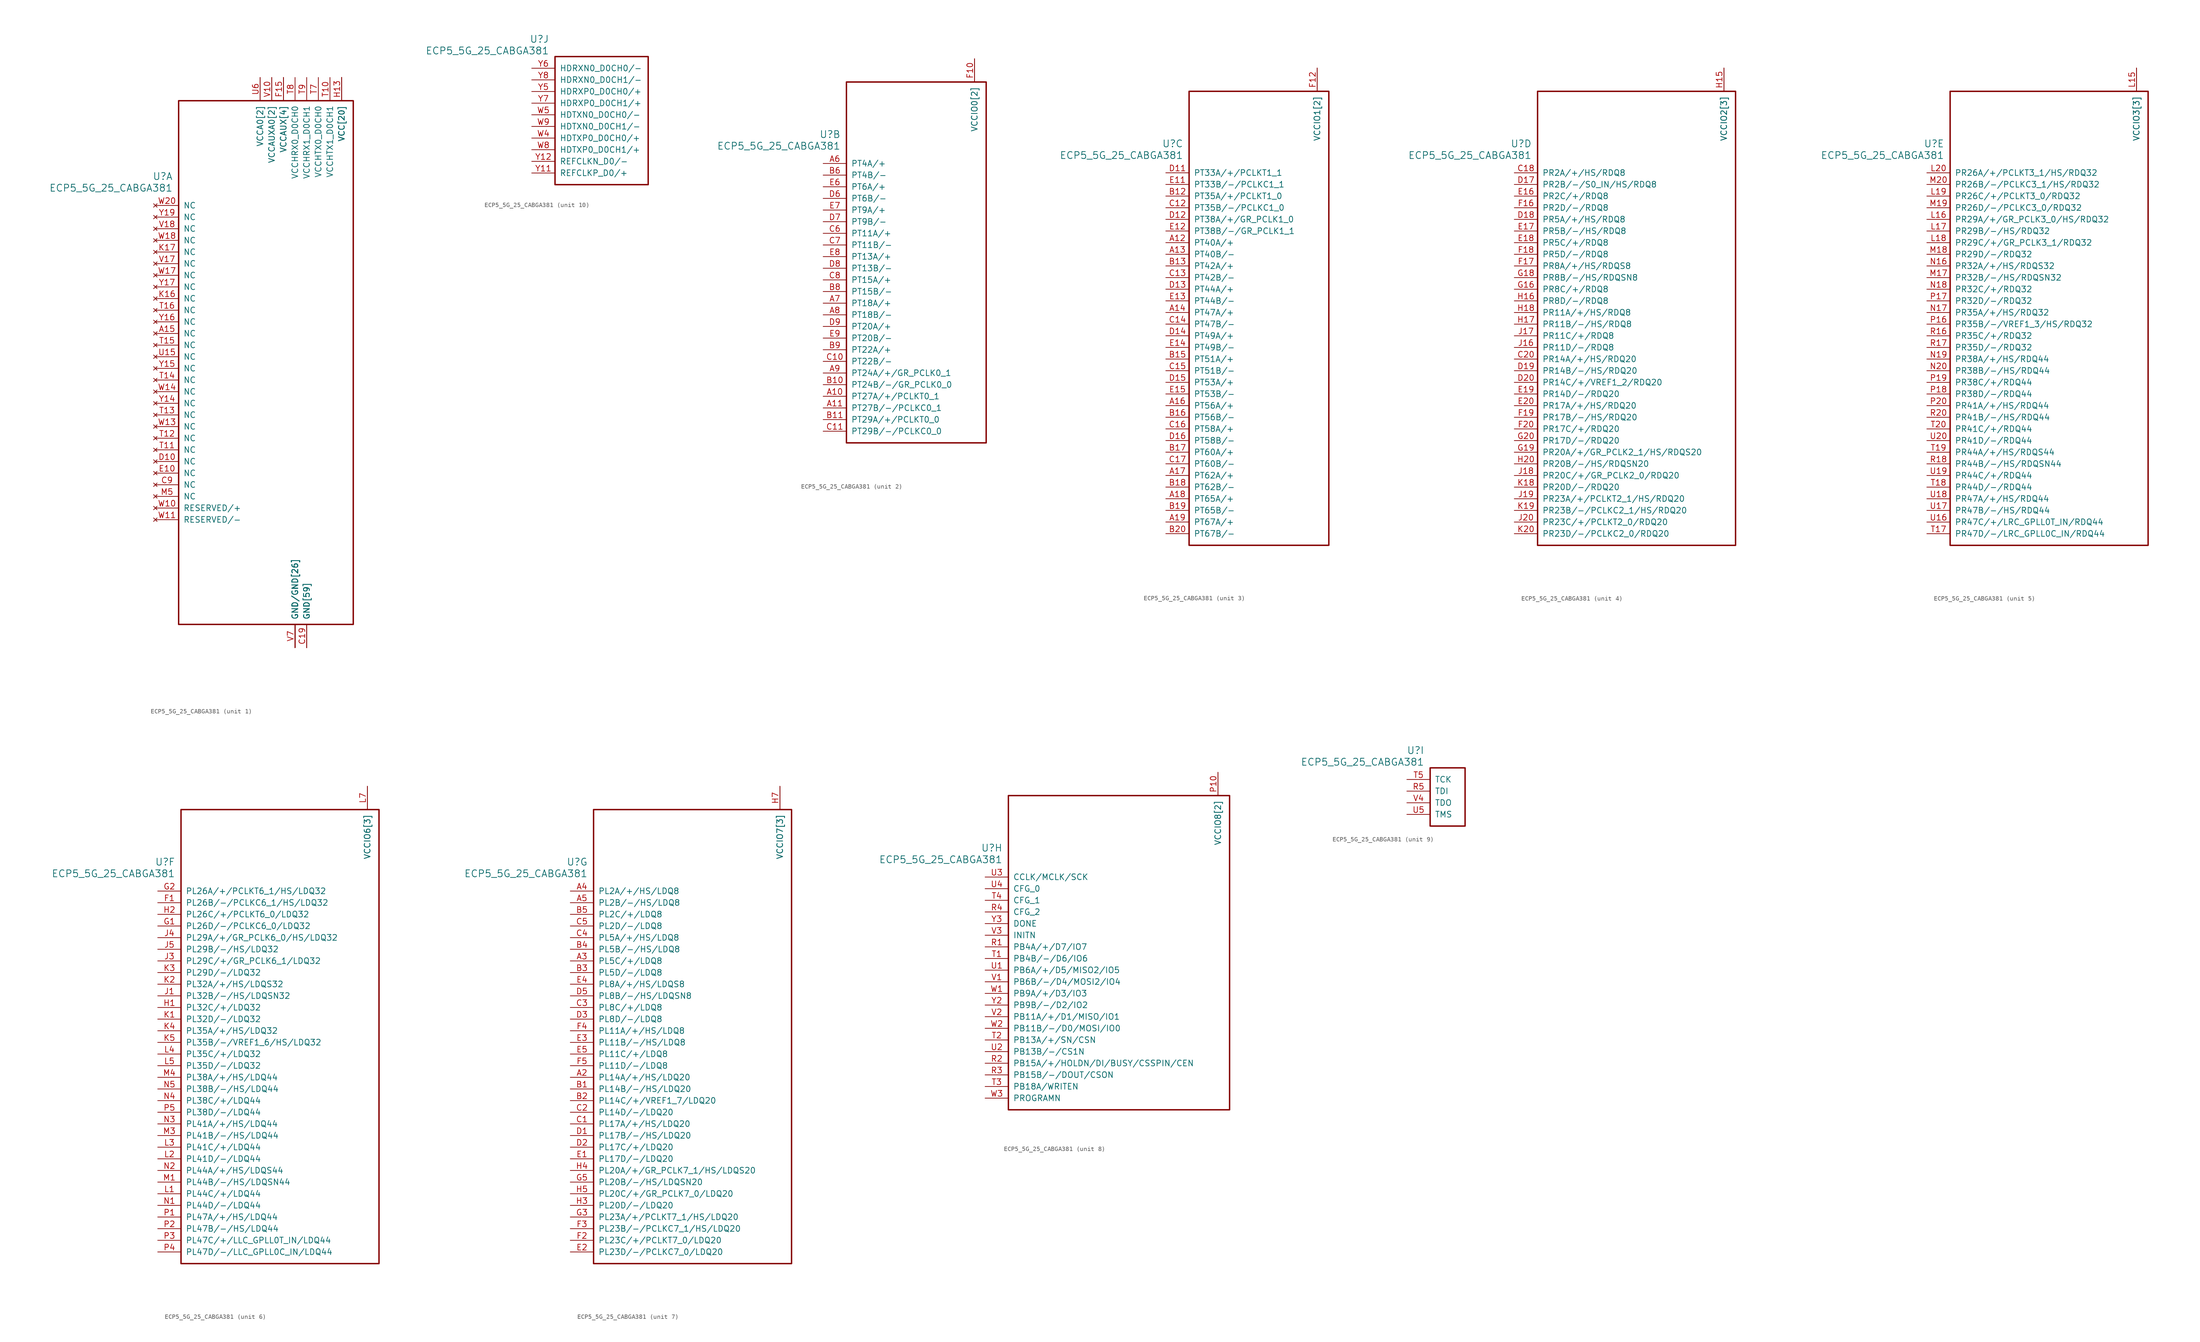
<source format=kicad_sym>
(kicad_symbol_lib
  (version 20231120)
  (generator "kicad_symbol_editor")
  (generator_version "8.0")
  (symbol "ECP5_5G_25_CABGA381"
    (pin_names
      (offset 1.016))
    (property "Reference" "U"
      (at 3.81 6.35 0)
      (effects (font (size 1.524 1.524)) (justify right)))
    (property "Value" "ECP5_5G_25_CABGA381"
      (at 3.81 3.81 0)
      (effects (font (size 1.524 1.524)) (justify right)))
    (property "ki_locked" ""
      (at 0 0 0)
      (effects (font (size 1.27 1.27))))
    (symbol "ECP5_5G_25_CABGA381_1_1"
      (rectangle (start 5.08 22.86) (end 43.18 -91.44) (stroke (width 0.305) (type default)) (fill (type none)))
      (pin no_connect line (at 0 -27.94 0) (length 5.08) (name "NC" (effects (font (size 1.27 1.27)))) (number "A15" (effects (font (size 1.27 1.27)))))
      (pin power_in line (at 33.02 -96.52 90) (length 5.08) (name "GND[59]" (effects (font (size 1.27 1.27)))) (number "B14" (effects (font (size 0 0)))))
      (pin power_in line (at 33.02 -96.52 90) (length 5.08) (name "GND[59]" (effects (font (size 1.27 1.27)))) (number "B7" (effects (font (size 0 0)))))
      (pin power_in line (at 33.02 -96.52 90) (length 5.08) (name "GND[59]" (effects (font (size 1.27 1.27)))) (number "C19" (effects (font (size 1.27 1.27)))))
      (pin no_connect line (at 0 -60.96 0) (length 5.08) (name "NC" (effects (font (size 1.27 1.27)))) (number "C9" (effects (font (size 1.27 1.27)))))
      (pin no_connect line (at 0 -55.88 0) (length 5.08) (name "NC" (effects (font (size 1.27 1.27)))) (number "D10" (effects (font (size 1.27 1.27)))))
      (pin power_in line (at 33.02 -96.52 90) (length 5.08) (name "GND[59]" (effects (font (size 1.27 1.27)))) (number "D4" (effects (font (size 0 0)))))
      (pin no_connect line (at 0 -58.42 0) (length 5.08) (name "NC" (effects (font (size 1.27 1.27)))) (number "E10" (effects (font (size 1.27 1.27)))))
      (pin power_in line (at 33.02 -96.52 90) (length 5.08) (name "GND[59]" (effects (font (size 1.27 1.27)))) (number "F13" (effects (font (size 0 0)))))
      (pin power_in line (at 33.02 -96.52 90) (length 5.08) (name "GND[59]" (effects (font (size 1.27 1.27)))) (number "F14" (effects (font (size 0 0)))))
      (pin power_in line (at 27.94 27.94 270) (length 5.08) (name "VCCAUX[4]" (effects (font (size 1.27 1.27)))) (number "F15" (effects (font (size 1.27 1.27)))))
      (pin power_in line (at 27.94 27.94 270) (length 5.08) (name "VCCAUX[4]" (effects (font (size 1.27 1.27)))) (number "F6" (effects (font (size 0 0)))))
      (pin power_in line (at 33.02 -96.52 90) (length 5.08) (name "GND[59]" (effects (font (size 1.27 1.27)))) (number "F7" (effects (font (size 0 0)))))
      (pin power_in line (at 33.02 -96.52 90) (length 5.08) (name "GND[59]" (effects (font (size 1.27 1.27)))) (number "F8" (effects (font (size 0 0)))))
      (pin power_in line (at 33.02 -96.52 90) (length 5.08) (name "GND[59]" (effects (font (size 1.27 1.27)))) (number "G10" (effects (font (size 0 0)))))
      (pin power_in line (at 33.02 -96.52 90) (length 5.08) (name "GND[59]" (effects (font (size 1.27 1.27)))) (number "G11" (effects (font (size 0 0)))))
      (pin power_in line (at 33.02 -96.52 90) (length 5.08) (name "GND[59]" (effects (font (size 1.27 1.27)))) (number "G12" (effects (font (size 0 0)))))
      (pin power_in line (at 33.02 -96.52 90) (length 5.08) (name "GND[59]" (effects (font (size 1.27 1.27)))) (number "G13" (effects (font (size 0 0)))))
      (pin power_in line (at 33.02 -96.52 90) (length 5.08) (name "GND[59]" (effects (font (size 1.27 1.27)))) (number "G14" (effects (font (size 0 0)))))
      (pin power_in line (at 33.02 -96.52 90) (length 5.08) (name "GND[59]" (effects (font (size 1.27 1.27)))) (number "G15" (effects (font (size 0 0)))))
      (pin power_in line (at 33.02 -96.52 90) (length 5.08) (name "GND[59]" (effects (font (size 1.27 1.27)))) (number "G17" (effects (font (size 0 0)))))
      (pin power_in line (at 33.02 -96.52 90) (length 5.08) (name "GND[59]" (effects (font (size 1.27 1.27)))) (number "G4" (effects (font (size 0 0)))))
      (pin power_in line (at 33.02 -96.52 90) (length 5.08) (name "GND[59]" (effects (font (size 1.27 1.27)))) (number "G6" (effects (font (size 0 0)))))
      (pin power_in line (at 33.02 -96.52 90) (length 5.08) (name "GND[59]" (effects (font (size 1.27 1.27)))) (number "G7" (effects (font (size 0 0)))))
      (pin power_in line (at 33.02 -96.52 90) (length 5.08) (name "GND[59]" (effects (font (size 1.27 1.27)))) (number "G8" (effects (font (size 0 0)))))
      (pin power_in line (at 33.02 -96.52 90) (length 5.08) (name "GND[59]" (effects (font (size 1.27 1.27)))) (number "G9" (effects (font (size 0 0)))))
      (pin power_in line (at 40.64 27.94 270) (length 5.08) (name "VCC[20]" (effects (font (size 1.27 1.27)))) (number "H10" (effects (font (size 0 0)))))
      (pin power_in line (at 40.64 27.94 270) (length 5.08) (name "VCC[20]" (effects (font (size 1.27 1.27)))) (number "H11" (effects (font (size 0 0)))))
      (pin power_in line (at 40.64 27.94 270) (length 5.08) (name "VCC[20]" (effects (font (size 1.27 1.27)))) (number "H12" (effects (font (size 0 0)))))
      (pin power_in line (at 40.64 27.94 270) (length 5.08) (name "VCC[20]" (effects (font (size 1.27 1.27)))) (number "H13" (effects (font (size 1.27 1.27)))))
      (pin power_in line (at 33.02 -96.52 90) (length 5.08) (name "GND[59]" (effects (font (size 1.27 1.27)))) (number "H19" (effects (font (size 0 0)))))
      (pin power_in line (at 40.64 27.94 270) (length 5.08) (name "VCC[20]" (effects (font (size 1.27 1.27)))) (number "H8" (effects (font (size 0 0)))))
      (pin power_in line (at 40.64 27.94 270) (length 5.08) (name "VCC[20]" (effects (font (size 1.27 1.27)))) (number "H9" (effects (font (size 0 0)))))
      (pin power_in line (at 33.02 -96.52 90) (length 5.08) (name "GND[59]" (effects (font (size 1.27 1.27)))) (number "J10" (effects (font (size 0 0)))))
      (pin power_in line (at 33.02 -96.52 90) (length 5.08) (name "GND[59]" (effects (font (size 1.27 1.27)))) (number "J11" (effects (font (size 0 0)))))
      (pin power_in line (at 33.02 -96.52 90) (length 5.08) (name "GND[59]" (effects (font (size 1.27 1.27)))) (number "J12" (effects (font (size 0 0)))))
      (pin power_in line (at 40.64 27.94 270) (length 5.08) (name "VCC[20]" (effects (font (size 1.27 1.27)))) (number "J13" (effects (font (size 0 0)))))
      (pin power_in line (at 33.02 -96.52 90) (length 5.08) (name "GND[59]" (effects (font (size 1.27 1.27)))) (number "J14" (effects (font (size 0 0)))))
      (pin power_in line (at 33.02 -96.52 90) (length 5.08) (name "GND[59]" (effects (font (size 1.27 1.27)))) (number "J2" (effects (font (size 0 0)))))
      (pin power_in line (at 33.02 -96.52 90) (length 5.08) (name "GND[59]" (effects (font (size 1.27 1.27)))) (number "J7" (effects (font (size 0 0)))))
      (pin power_in line (at 40.64 27.94 270) (length 5.08) (name "VCC[20]" (effects (font (size 1.27 1.27)))) (number "J8" (effects (font (size 0 0)))))
      (pin power_in line (at 33.02 -96.52 90) (length 5.08) (name "GND[59]" (effects (font (size 1.27 1.27)))) (number "J9" (effects (font (size 0 0)))))
      (pin power_in line (at 33.02 -96.52 90) (length 5.08) (name "GND[59]" (effects (font (size 1.27 1.27)))) (number "K10" (effects (font (size 0 0)))))
      (pin power_in line (at 33.02 -96.52 90) (length 5.08) (name "GND[59]" (effects (font (size 1.27 1.27)))) (number "K11" (effects (font (size 0 0)))))
      (pin power_in line (at 33.02 -96.52 90) (length 5.08) (name "GND[59]" (effects (font (size 1.27 1.27)))) (number "K12" (effects (font (size 0 0)))))
      (pin power_in line (at 40.64 27.94 270) (length 5.08) (name "VCC[20]" (effects (font (size 1.27 1.27)))) (number "K13" (effects (font (size 0 0)))))
      (pin power_in line (at 33.02 -96.52 90) (length 5.08) (name "GND[59]" (effects (font (size 1.27 1.27)))) (number "K14" (effects (font (size 0 0)))))
      (pin power_in line (at 33.02 -96.52 90) (length 5.08) (name "GND[59]" (effects (font (size 1.27 1.27)))) (number "K15" (effects (font (size 0 0)))))
      (pin no_connect line (at 0 -20.32 0) (length 5.08) (name "NC" (effects (font (size 1.27 1.27)))) (number "K16" (effects (font (size 1.27 1.27)))))
      (pin no_connect line (at 0 -10.16 0) (length 5.08) (name "NC" (effects (font (size 1.27 1.27)))) (number "K17" (effects (font (size 1.27 1.27)))))
      (pin power_in line (at 33.02 -96.52 90) (length 5.08) (name "GND[59]" (effects (font (size 1.27 1.27)))) (number "K6" (effects (font (size 0 0)))))
      (pin power_in line (at 33.02 -96.52 90) (length 5.08) (name "GND[59]" (effects (font (size 1.27 1.27)))) (number "K7" (effects (font (size 0 0)))))
      (pin power_in line (at 40.64 27.94 270) (length 5.08) (name "VCC[20]" (effects (font (size 1.27 1.27)))) (number "K8" (effects (font (size 0 0)))))
      (pin power_in line (at 33.02 -96.52 90) (length 5.08) (name "GND[59]" (effects (font (size 1.27 1.27)))) (number "K9" (effects (font (size 0 0)))))
      (pin power_in line (at 33.02 -96.52 90) (length 5.08) (name "GND[59]" (effects (font (size 1.27 1.27)))) (number "L10" (effects (font (size 0 0)))))
      (pin power_in line (at 33.02 -96.52 90) (length 5.08) (name "GND[59]" (effects (font (size 1.27 1.27)))) (number "L11" (effects (font (size 0 0)))))
      (pin power_in line (at 33.02 -96.52 90) (length 5.08) (name "GND[59]" (effects (font (size 1.27 1.27)))) (number "L12" (effects (font (size 0 0)))))
      (pin power_in line (at 40.64 27.94 270) (length 5.08) (name "VCC[20]" (effects (font (size 1.27 1.27)))) (number "L13" (effects (font (size 0 0)))))
      (pin power_in line (at 40.64 27.94 270) (length 5.08) (name "VCC[20]" (effects (font (size 1.27 1.27)))) (number "L8" (effects (font (size 0 0)))))
      (pin power_in line (at 33.02 -96.52 90) (length 5.08) (name "GND[59]" (effects (font (size 1.27 1.27)))) (number "L9" (effects (font (size 0 0)))))
      (pin power_in line (at 33.02 -96.52 90) (length 5.08) (name "GND[59]" (effects (font (size 1.27 1.27)))) (number "M10" (effects (font (size 0 0)))))
      (pin power_in line (at 33.02 -96.52 90) (length 5.08) (name "GND[59]" (effects (font (size 1.27 1.27)))) (number "M11" (effects (font (size 0 0)))))
      (pin power_in line (at 33.02 -96.52 90) (length 5.08) (name "GND[59]" (effects (font (size 1.27 1.27)))) (number "M12" (effects (font (size 0 0)))))
      (pin power_in line (at 40.64 27.94 270) (length 5.08) (name "VCC[20]" (effects (font (size 1.27 1.27)))) (number "M13" (effects (font (size 0 0)))))
      (pin power_in line (at 33.02 -96.52 90) (length 5.08) (name "GND[59]" (effects (font (size 1.27 1.27)))) (number "M14" (effects (font (size 0 0)))))
      (pin power_in line (at 33.02 -96.52 90) (length 5.08) (name "GND[59]" (effects (font (size 1.27 1.27)))) (number "M16" (effects (font (size 0 0)))))
      (pin power_in line (at 33.02 -96.52 90) (length 5.08) (name "GND[59]" (effects (font (size 1.27 1.27)))) (number "M2" (effects (font (size 0 0)))))
      (pin no_connect line (at 0 -63.5 0) (length 5.08) (name "NC" (effects (font (size 1.27 1.27)))) (number "M5" (effects (font (size 1.27 1.27)))))
      (pin power_in line (at 33.02 -96.52 90) (length 5.08) (name "GND[59]" (effects (font (size 1.27 1.27)))) (number "M7" (effects (font (size 0 0)))))
      (pin power_in line (at 40.64 27.94 270) (length 5.08) (name "VCC[20]" (effects (font (size 1.27 1.27)))) (number "M8" (effects (font (size 0 0)))))
      (pin power_in line (at 33.02 -96.52 90) (length 5.08) (name "GND[59]" (effects (font (size 1.27 1.27)))) (number "M9" (effects (font (size 0 0)))))
      (pin power_in line (at 40.64 27.94 270) (length 5.08) (name "VCC[20]" (effects (font (size 1.27 1.27)))) (number "N10" (effects (font (size 0 0)))))
      (pin power_in line (at 40.64 27.94 270) (length 5.08) (name "VCC[20]" (effects (font (size 1.27 1.27)))) (number "N11" (effects (font (size 0 0)))))
      (pin power_in line (at 40.64 27.94 270) (length 5.08) (name "VCC[20]" (effects (font (size 1.27 1.27)))) (number "N12" (effects (font (size 0 0)))))
      (pin power_in line (at 40.64 27.94 270) (length 5.08) (name "VCC[20]" (effects (font (size 1.27 1.27)))) (number "N13" (effects (font (size 0 0)))))
      (pin power_in line (at 33.02 -96.52 90) (length 5.08) (name "GND[59]" (effects (font (size 1.27 1.27)))) (number "N14" (effects (font (size 0 0)))))
      (pin power_in line (at 33.02 -96.52 90) (length 5.08) (name "GND[59]" (effects (font (size 1.27 1.27)))) (number "N15" (effects (font (size 0 0)))))
      (pin power_in line (at 33.02 -96.52 90) (length 5.08) (name "GND[59]" (effects (font (size 1.27 1.27)))) (number "N6" (effects (font (size 0 0)))))
      (pin power_in line (at 33.02 -96.52 90) (length 5.08) (name "GND[59]" (effects (font (size 1.27 1.27)))) (number "N7" (effects (font (size 0 0)))))
      (pin power_in line (at 40.64 27.94 270) (length 5.08) (name "VCC[20]" (effects (font (size 1.27 1.27)))) (number "N8" (effects (font (size 0 0)))))
      (pin power_in line (at 40.64 27.94 270) (length 5.08) (name "VCC[20]" (effects (font (size 1.27 1.27)))) (number "N9" (effects (font (size 0 0)))))
      (pin power_in line (at 33.02 -96.52 90) (length 5.08) (name "GND[59]" (effects (font (size 1.27 1.27)))) (number "P11" (effects (font (size 0 0)))))
      (pin power_in line (at 33.02 -96.52 90) (length 5.08) (name "GND[59]" (effects (font (size 1.27 1.27)))) (number "P12" (effects (font (size 0 0)))))
      (pin power_in line (at 33.02 -96.52 90) (length 5.08) (name "GND[59]" (effects (font (size 1.27 1.27)))) (number "P13" (effects (font (size 0 0)))))
      (pin power_in line (at 33.02 -96.52 90) (length 5.08) (name "GND[59]" (effects (font (size 1.27 1.27)))) (number "P14" (effects (font (size 0 0)))))
      (pin power_in line (at 27.94 27.94 270) (length 5.08) (name "VCCAUX[4]" (effects (font (size 1.27 1.27)))) (number "P15" (effects (font (size 0 0)))))
      (pin power_in line (at 27.94 27.94 270) (length 5.08) (name "VCCAUX[4]" (effects (font (size 1.27 1.27)))) (number "P6" (effects (font (size 0 0)))))
      (pin power_in line (at 33.02 -96.52 90) (length 5.08) (name "GND[59]" (effects (font (size 1.27 1.27)))) (number "P7" (effects (font (size 0 0)))))
      (pin power_in line (at 33.02 -96.52 90) (length 5.08) (name "GND[59]" (effects (font (size 1.27 1.27)))) (number "P8" (effects (font (size 0 0)))))
      (pin power_in line (at 33.02 -96.52 90) (length 5.08) (name "GND[59]" (effects (font (size 1.27 1.27)))) (number "R19" (effects (font (size 0 0)))))
      (pin power_in line (at 38.1 27.94 270) (length 5.08) (name "VCCHTX1_D0CH1" (effects (font (size 1.27 1.27)))) (number "T10" (effects (font (size 1.27 1.27)))))
      (pin no_connect line (at 0 -53.34 0) (length 5.08) (name "NC" (effects (font (size 1.27 1.27)))) (number "T11" (effects (font (size 1.27 1.27)))))
      (pin no_connect line (at 0 -50.8 0) (length 5.08) (name "NC" (effects (font (size 1.27 1.27)))) (number "T12" (effects (font (size 1.27 1.27)))))
      (pin no_connect line (at 0 -45.72 0) (length 5.08) (name "NC" (effects (font (size 1.27 1.27)))) (number "T13" (effects (font (size 1.27 1.27)))))
      (pin no_connect line (at 0 -38.1 0) (length 5.08) (name "NC" (effects (font (size 1.27 1.27)))) (number "T14" (effects (font (size 1.27 1.27)))))
      (pin no_connect line (at 0 -30.48 0) (length 5.08) (name "NC" (effects (font (size 1.27 1.27)))) (number "T15" (effects (font (size 1.27 1.27)))))
      (pin no_connect line (at 0 -22.86 0) (length 5.08) (name "NC" (effects (font (size 1.27 1.27)))) (number "T16" (effects (font (size 1.27 1.27)))))
      (pin power_in line (at 22.86 27.94 270) (length 5.08) (name "VCCA0[2]" (effects (font (size 1.27 1.27)))) (number "T6" (effects (font (size 0 0)))))
      (pin power_in line (at 35.56 27.94 270) (length 5.08) (name "VCCHTX0_D0CH0" (effects (font (size 1.27 1.27)))) (number "T7" (effects (font (size 1.27 1.27)))))
      (pin power_in line (at 30.48 27.94 270) (length 5.08) (name "VCCHRX0_D0CH0" (effects (font (size 1.27 1.27)))) (number "T8" (effects (font (size 1.27 1.27)))))
      (pin power_in line (at 33.02 27.94 270) (length 5.08) (name "VCCHRX1_D0CH1" (effects (font (size 1.27 1.27)))) (number "T9" (effects (font (size 1.27 1.27)))))
      (pin power_in line (at 30.48 -96.52 90) (length 5.08) (name "GND/GND[26]" (effects (font (size 1.27 1.27)))) (number "U10" (effects (font (size 0 0)))))
      (pin power_in line (at 30.48 -96.52 90) (length 5.08) (name "GND/GND[26]" (effects (font (size 1.27 1.27)))) (number "U11" (effects (font (size 0 0)))))
      (pin power_in line (at 30.48 -96.52 90) (length 5.08) (name "GND/GND[26]" (effects (font (size 1.27 1.27)))) (number "U12" (effects (font (size 0 0)))))
      (pin power_in line (at 30.48 -96.52 90) (length 5.08) (name "GND/GND[26]" (effects (font (size 1.27 1.27)))) (number "U13" (effects (font (size 0 0)))))
      (pin power_in line (at 30.48 -96.52 90) (length 5.08) (name "GND/GND[26]" (effects (font (size 1.27 1.27)))) (number "U14" (effects (font (size 0 0)))))
      (pin no_connect line (at 0 -33.02 0) (length 5.08) (name "NC" (effects (font (size 1.27 1.27)))) (number "U15" (effects (font (size 1.27 1.27)))))
      (pin power_in line (at 22.86 27.94 270) (length 5.08) (name "VCCA0[2]" (effects (font (size 1.27 1.27)))) (number "U6" (effects (font (size 1.27 1.27)))))
      (pin power_in line (at 30.48 -96.52 90) (length 5.08) (name "GND/GND[26]" (effects (font (size 1.27 1.27)))) (number "U7" (effects (font (size 0 0)))))
      (pin power_in line (at 30.48 -96.52 90) (length 5.08) (name "GND/GND[26]" (effects (font (size 1.27 1.27)))) (number "U8" (effects (font (size 0 0)))))
      (pin power_in line (at 30.48 -96.52 90) (length 5.08) (name "GND/GND[26]" (effects (font (size 1.27 1.27)))) (number "U9" (effects (font (size 0 0)))))
      (pin power_in line (at 25.4 27.94 270) (length 5.08) (name "VCCAUXA0[2]" (effects (font (size 1.27 1.27)))) (number "V10" (effects (font (size 1.27 1.27)))))
      (pin power_in line (at 25.4 27.94 270) (length 5.08) (name "VCCAUXA0[2]" (effects (font (size 1.27 1.27)))) (number "V11" (effects (font (size 0 0)))))
      (pin power_in line (at 30.48 -96.52 90) (length 5.08) (name "GND/GND[26]" (effects (font (size 1.27 1.27)))) (number "V12" (effects (font (size 0 0)))))
      (pin power_in line (at 30.48 -96.52 90) (length 5.08) (name "GND/GND[26]" (effects (font (size 1.27 1.27)))) (number "V13" (effects (font (size 0 0)))))
      (pin power_in line (at 30.48 -96.52 90) (length 5.08) (name "GND/GND[26]" (effects (font (size 1.27 1.27)))) (number "V14" (effects (font (size 0 0)))))
      (pin power_in line (at 30.48 -96.52 90) (length 5.08) (name "GND/GND[26]" (effects (font (size 1.27 1.27)))) (number "V15" (effects (font (size 0 0)))))
      (pin power_in line (at 30.48 -96.52 90) (length 5.08) (name "GND/GND[26]" (effects (font (size 1.27 1.27)))) (number "V16" (effects (font (size 0 0)))))
      (pin no_connect line (at 0 -12.7 0) (length 5.08) (name "NC" (effects (font (size 1.27 1.27)))) (number "V17" (effects (font (size 1.27 1.27)))))
      (pin no_connect line (at 0 -5.08 0) (length 5.08) (name "NC" (effects (font (size 1.27 1.27)))) (number "V18" (effects (font (size 1.27 1.27)))))
      (pin power_in line (at 30.48 -96.52 90) (length 5.08) (name "GND/GND[26]" (effects (font (size 1.27 1.27)))) (number "V19" (effects (font (size 0 0)))))
      (pin power_in line (at 30.48 -96.52 90) (length 5.08) (name "GND/GND[26]" (effects (font (size 1.27 1.27)))) (number "V20" (effects (font (size 0 0)))))
      (pin power_in line (at 30.48 -96.52 90) (length 5.08) (name "GND/GND[26]" (effects (font (size 1.27 1.27)))) (number "V5" (effects (font (size 0 0)))))
      (pin power_in line (at 30.48 -96.52 90) (length 5.08) (name "GND/GND[26]" (effects (font (size 1.27 1.27)))) (number "V6" (effects (font (size 0 0)))))
      (pin power_in line (at 30.48 -96.52 90) (length 5.08) (name "GND/GND[26]" (effects (font (size 1.27 1.27)))) (number "V7" (effects (font (size 1.27 1.27)))))
      (pin power_in line (at 30.48 -96.52 90) (length 5.08) (name "GND/GND[26]" (effects (font (size 1.27 1.27)))) (number "V8" (effects (font (size 0 0)))))
      (pin power_in line (at 30.48 -96.52 90) (length 5.08) (name "GND/GND[26]" (effects (font (size 1.27 1.27)))) (number "V9" (effects (font (size 0 0)))))
      (pin no_connect line (at 0 -66.04 0) (length 5.08) (name "RESERVED/+" (effects (font (size 1.27 1.27)))) (number "W10" (effects (font (size 1.27 1.27)))))
      (pin no_connect line (at 0 -68.58 0) (length 5.08) (name "RESERVED/-" (effects (font (size 1.27 1.27)))) (number "W11" (effects (font (size 1.27 1.27)))))
      (pin power_in line (at 30.48 -96.52 90) (length 5.08) (name "GND/GND[26]" (effects (font (size 1.27 1.27)))) (number "W12" (effects (font (size 0 0)))))
      (pin no_connect line (at 0 -48.26 0) (length 5.08) (name "NC" (effects (font (size 1.27 1.27)))) (number "W13" (effects (font (size 1.27 1.27)))))
      (pin no_connect line (at 0 -40.64 0) (length 5.08) (name "NC" (effects (font (size 1.27 1.27)))) (number "W14" (effects (font (size 1.27 1.27)))))
      (pin power_in line (at 30.48 -96.52 90) (length 5.08) (name "GND/GND[26]" (effects (font (size 1.27 1.27)))) (number "W15" (effects (font (size 0 0)))))
      (pin power_in line (at 30.48 -96.52 90) (length 5.08) (name "GND/GND[26]" (effects (font (size 1.27 1.27)))) (number "W16" (effects (font (size 0 0)))))
      (pin no_connect line (at 0 -15.24 0) (length 5.08) (name "NC" (effects (font (size 1.27 1.27)))) (number "W17" (effects (font (size 1.27 1.27)))))
      (pin no_connect line (at 0 -7.62 0) (length 5.08) (name "NC" (effects (font (size 1.27 1.27)))) (number "W18" (effects (font (size 1.27 1.27)))))
      (pin power_in line (at 30.48 -96.52 90) (length 5.08) (name "GND/GND[26]" (effects (font (size 1.27 1.27)))) (number "W19" (effects (font (size 0 0)))))
      (pin no_connect line (at 0 0 0) (length 5.08) (name "NC" (effects (font (size 1.27 1.27)))) (number "W20" (effects (font (size 1.27 1.27)))))
      (pin power_in line (at 30.48 -96.52 90) (length 5.08) (name "GND/GND[26]" (effects (font (size 1.27 1.27)))) (number "W6" (effects (font (size 0 0)))))
      (pin power_in line (at 30.48 -96.52 90) (length 5.08) (name "GND/GND[26]" (effects (font (size 1.27 1.27)))) (number "W7" (effects (font (size 0 0)))))
      (pin no_connect line (at 0 -43.18 0) (length 5.08) (name "NC" (effects (font (size 1.27 1.27)))) (number "Y14" (effects (font (size 1.27 1.27)))))
      (pin no_connect line (at 0 -35.56 0) (length 5.08) (name "NC" (effects (font (size 1.27 1.27)))) (number "Y15" (effects (font (size 1.27 1.27)))))
      (pin no_connect line (at 0 -25.4 0) (length 5.08) (name "NC" (effects (font (size 1.27 1.27)))) (number "Y16" (effects (font (size 1.27 1.27)))))
      (pin no_connect line (at 0 -17.78 0) (length 5.08) (name "NC" (effects (font (size 1.27 1.27)))) (number "Y17" (effects (font (size 1.27 1.27)))))
      (pin no_connect line (at 0 -2.54 0) (length 5.08) (name "NC" (effects (font (size 1.27 1.27)))) (number "Y19" (effects (font (size 1.27 1.27))))))
    (symbol "ECP5_5G_25_CABGA381_2_1"
      (rectangle (start 5.08 17.78) (end 35.56 -60.96) (stroke (width 0.305) (type default)) (fill (type none)))
      (pin bidirectional line (at 0 -50.8 0) (length 5.08) (name "PT27A/+/PCLKT0_1" (effects (font (size 1.27 1.27)))) (number "A10" (effects (font (size 1.27 1.27)))))
      (pin bidirectional line (at 0 -53.34 0) (length 5.08) (name "PT27B/-/PCLKC0_1" (effects (font (size 1.27 1.27)))) (number "A11" (effects (font (size 1.27 1.27)))))
      (pin bidirectional line (at 0 0 0) (length 5.08) (name "PT4A/+" (effects (font (size 1.27 1.27)))) (number "A6" (effects (font (size 1.27 1.27)))))
      (pin bidirectional line (at 0 -30.48 0) (length 5.08) (name "PT18A/+" (effects (font (size 1.27 1.27)))) (number "A7" (effects (font (size 1.27 1.27)))))
      (pin bidirectional line (at 0 -33.02 0) (length 5.08) (name "PT18B/-" (effects (font (size 1.27 1.27)))) (number "A8" (effects (font (size 1.27 1.27)))))
      (pin bidirectional line (at 0 -45.72 0) (length 5.08) (name "PT24A/+/GR_PCLK0_1" (effects (font (size 1.27 1.27)))) (number "A9" (effects (font (size 1.27 1.27)))))
      (pin bidirectional line (at 0 -48.26 0) (length 5.08) (name "PT24B/-/GR_PCLK0_0" (effects (font (size 1.27 1.27)))) (number "B10" (effects (font (size 1.27 1.27)))))
      (pin bidirectional line (at 0 -55.88 0) (length 5.08) (name "PT29A/+/PCLKT0_0" (effects (font (size 1.27 1.27)))) (number "B11" (effects (font (size 1.27 1.27)))))
      (pin bidirectional line (at 0 -2.54 0) (length 5.08) (name "PT4B/-" (effects (font (size 1.27 1.27)))) (number "B6" (effects (font (size 1.27 1.27)))))
      (pin bidirectional line (at 0 -27.94 0) (length 5.08) (name "PT15B/-" (effects (font (size 1.27 1.27)))) (number "B8" (effects (font (size 1.27 1.27)))))
      (pin bidirectional line (at 0 -40.64 0) (length 5.08) (name "PT22A/+" (effects (font (size 1.27 1.27)))) (number "B9" (effects (font (size 1.27 1.27)))))
      (pin bidirectional line (at 0 -43.18 0) (length 5.08) (name "PT22B/-" (effects (font (size 1.27 1.27)))) (number "C10" (effects (font (size 1.27 1.27)))))
      (pin bidirectional line (at 0 -58.42 0) (length 5.08) (name "PT29B/-/PCLKC0_0" (effects (font (size 1.27 1.27)))) (number "C11" (effects (font (size 1.27 1.27)))))
      (pin bidirectional line (at 0 -15.24 0) (length 5.08) (name "PT11A/+" (effects (font (size 1.27 1.27)))) (number "C6" (effects (font (size 1.27 1.27)))))
      (pin bidirectional line (at 0 -17.78 0) (length 5.08) (name "PT11B/-" (effects (font (size 1.27 1.27)))) (number "C7" (effects (font (size 1.27 1.27)))))
      (pin bidirectional line (at 0 -25.4 0) (length 5.08) (name "PT15A/+" (effects (font (size 1.27 1.27)))) (number "C8" (effects (font (size 1.27 1.27)))))
      (pin bidirectional line (at 0 -7.62 0) (length 5.08) (name "PT6B/-" (effects (font (size 1.27 1.27)))) (number "D6" (effects (font (size 1.27 1.27)))))
      (pin bidirectional line (at 0 -12.7 0) (length 5.08) (name "PT9B/-" (effects (font (size 1.27 1.27)))) (number "D7" (effects (font (size 1.27 1.27)))))
      (pin bidirectional line (at 0 -22.86 0) (length 5.08) (name "PT13B/-" (effects (font (size 1.27 1.27)))) (number "D8" (effects (font (size 1.27 1.27)))))
      (pin bidirectional line (at 0 -35.56 0) (length 5.08) (name "PT20A/+" (effects (font (size 1.27 1.27)))) (number "D9" (effects (font (size 1.27 1.27)))))
      (pin bidirectional line (at 0 -5.08 0) (length 5.08) (name "PT6A/+" (effects (font (size 1.27 1.27)))) (number "E6" (effects (font (size 1.27 1.27)))))
      (pin bidirectional line (at 0 -10.16 0) (length 5.08) (name "PT9A/+" (effects (font (size 1.27 1.27)))) (number "E7" (effects (font (size 1.27 1.27)))))
      (pin bidirectional line (at 0 -20.32 0) (length 5.08) (name "PT13A/+" (effects (font (size 1.27 1.27)))) (number "E8" (effects (font (size 1.27 1.27)))))
      (pin bidirectional line (at 0 -38.1 0) (length 5.08) (name "PT20B/-" (effects (font (size 1.27 1.27)))) (number "E9" (effects (font (size 1.27 1.27)))))
      (pin power_in line (at 33.02 22.86 270) (length 5.08) (name "VCCIO0[2]" (effects (font (size 1.27 1.27)))) (number "F10" (effects (font (size 1.27 1.27)))))
      (pin power_in line (at 33.02 22.86 270) (length 5.08) (name "VCCIO0[2]" (effects (font (size 1.27 1.27)))) (number "F9" (effects (font (size 0 0))))))
    (symbol "ECP5_5G_25_CABGA381_3_1"
      (rectangle (start 5.08 17.78) (end 35.56 -81.28) (stroke (width 0.305) (type default)) (fill (type none)))
      (pin bidirectional line (at 0 -15.24 0) (length 5.08) (name "PT40A/+" (effects (font (size 1.27 1.27)))) (number "A12" (effects (font (size 1.27 1.27)))))
      (pin bidirectional line (at 0 -17.78 0) (length 5.08) (name "PT40B/-" (effects (font (size 1.27 1.27)))) (number "A13" (effects (font (size 1.27 1.27)))))
      (pin bidirectional line (at 0 -30.48 0) (length 5.08) (name "PT47A/+" (effects (font (size 1.27 1.27)))) (number "A14" (effects (font (size 1.27 1.27)))))
      (pin bidirectional line (at 0 -50.8 0) (length 5.08) (name "PT56A/+" (effects (font (size 1.27 1.27)))) (number "A16" (effects (font (size 1.27 1.27)))))
      (pin bidirectional line (at 0 -66.04 0) (length 5.08) (name "PT62A/+" (effects (font (size 1.27 1.27)))) (number "A17" (effects (font (size 1.27 1.27)))))
      (pin bidirectional line (at 0 -71.12 0) (length 5.08) (name "PT65A/+" (effects (font (size 1.27 1.27)))) (number "A18" (effects (font (size 1.27 1.27)))))
      (pin bidirectional line (at 0 -76.2 0) (length 5.08) (name "PT67A/+" (effects (font (size 1.27 1.27)))) (number "A19" (effects (font (size 1.27 1.27)))))
      (pin bidirectional line (at 0 -5.08 0) (length 5.08) (name "PT35A/+/PCLKT1_0" (effects (font (size 1.27 1.27)))) (number "B12" (effects (font (size 1.27 1.27)))))
      (pin bidirectional line (at 0 -20.32 0) (length 5.08) (name "PT42A/+" (effects (font (size 1.27 1.27)))) (number "B13" (effects (font (size 1.27 1.27)))))
      (pin bidirectional line (at 0 -40.64 0) (length 5.08) (name "PT51A/+" (effects (font (size 1.27 1.27)))) (number "B15" (effects (font (size 1.27 1.27)))))
      (pin bidirectional line (at 0 -53.34 0) (length 5.08) (name "PT56B/-" (effects (font (size 1.27 1.27)))) (number "B16" (effects (font (size 1.27 1.27)))))
      (pin bidirectional line (at 0 -60.96 0) (length 5.08) (name "PT60A/+" (effects (font (size 1.27 1.27)))) (number "B17" (effects (font (size 1.27 1.27)))))
      (pin bidirectional line (at 0 -68.58 0) (length 5.08) (name "PT62B/-" (effects (font (size 1.27 1.27)))) (number "B18" (effects (font (size 1.27 1.27)))))
      (pin bidirectional line (at 0 -73.66 0) (length 5.08) (name "PT65B/-" (effects (font (size 1.27 1.27)))) (number "B19" (effects (font (size 1.27 1.27)))))
      (pin bidirectional line (at 0 -78.74 0) (length 5.08) (name "PT67B/-" (effects (font (size 1.27 1.27)))) (number "B20" (effects (font (size 1.27 1.27)))))
      (pin bidirectional line (at 0 -7.62 0) (length 5.08) (name "PT35B/-/PCLKC1_0" (effects (font (size 1.27 1.27)))) (number "C12" (effects (font (size 1.27 1.27)))))
      (pin bidirectional line (at 0 -22.86 0) (length 5.08) (name "PT42B/-" (effects (font (size 1.27 1.27)))) (number "C13" (effects (font (size 1.27 1.27)))))
      (pin bidirectional line (at 0 -33.02 0) (length 5.08) (name "PT47B/-" (effects (font (size 1.27 1.27)))) (number "C14" (effects (font (size 1.27 1.27)))))
      (pin bidirectional line (at 0 -43.18 0) (length 5.08) (name "PT51B/-" (effects (font (size 1.27 1.27)))) (number "C15" (effects (font (size 1.27 1.27)))))
      (pin bidirectional line (at 0 -55.88 0) (length 5.08) (name "PT58A/+" (effects (font (size 1.27 1.27)))) (number "C16" (effects (font (size 1.27 1.27)))))
      (pin bidirectional line (at 0 -63.5 0) (length 5.08) (name "PT60B/-" (effects (font (size 1.27 1.27)))) (number "C17" (effects (font (size 1.27 1.27)))))
      (pin bidirectional line (at 0 0 0) (length 5.08) (name "PT33A/+/PCLKT1_1" (effects (font (size 1.27 1.27)))) (number "D11" (effects (font (size 1.27 1.27)))))
      (pin bidirectional line (at 0 -10.16 0) (length 5.08) (name "PT38A/+/GR_PCLK1_0" (effects (font (size 1.27 1.27)))) (number "D12" (effects (font (size 1.27 1.27)))))
      (pin bidirectional line (at 0 -25.4 0) (length 5.08) (name "PT44A/+" (effects (font (size 1.27 1.27)))) (number "D13" (effects (font (size 1.27 1.27)))))
      (pin bidirectional line (at 0 -35.56 0) (length 5.08) (name "PT49A/+" (effects (font (size 1.27 1.27)))) (number "D14" (effects (font (size 1.27 1.27)))))
      (pin bidirectional line (at 0 -45.72 0) (length 5.08) (name "PT53A/+" (effects (font (size 1.27 1.27)))) (number "D15" (effects (font (size 1.27 1.27)))))
      (pin bidirectional line (at 0 -58.42 0) (length 5.08) (name "PT58B/-" (effects (font (size 1.27 1.27)))) (number "D16" (effects (font (size 1.27 1.27)))))
      (pin bidirectional line (at 0 -2.54 0) (length 5.08) (name "PT33B/-/PCLKC1_1" (effects (font (size 1.27 1.27)))) (number "E11" (effects (font (size 1.27 1.27)))))
      (pin bidirectional line (at 0 -12.7 0) (length 5.08) (name "PT38B/-/GR_PCLK1_1" (effects (font (size 1.27 1.27)))) (number "E12" (effects (font (size 1.27 1.27)))))
      (pin bidirectional line (at 0 -27.94 0) (length 5.08) (name "PT44B/-" (effects (font (size 1.27 1.27)))) (number "E13" (effects (font (size 1.27 1.27)))))
      (pin bidirectional line (at 0 -38.1 0) (length 5.08) (name "PT49B/-" (effects (font (size 1.27 1.27)))) (number "E14" (effects (font (size 1.27 1.27)))))
      (pin bidirectional line (at 0 -48.26 0) (length 5.08) (name "PT53B/-" (effects (font (size 1.27 1.27)))) (number "E15" (effects (font (size 1.27 1.27)))))
      (pin power_in line (at 33.02 22.86 270) (length 5.08) (name "VCCIO1[2]" (effects (font (size 1.27 1.27)))) (number "F11" (effects (font (size 0 0)))))
      (pin power_in line (at 33.02 22.86 270) (length 5.08) (name "VCCIO1[2]" (effects (font (size 1.27 1.27)))) (number "F12" (effects (font (size 1.27 1.27))))))
    (symbol "ECP5_5G_25_CABGA381_4_1"
      (rectangle (start 5.08 17.78) (end 48.26 -81.28) (stroke (width 0.305) (type default)) (fill (type none)))
      (pin bidirectional line (at 0 0 0) (length 5.08) (name "PR2A/+/HS/RDQ8" (effects (font (size 1.27 1.27)))) (number "C18" (effects (font (size 1.27 1.27)))))
      (pin bidirectional line (at 0 -40.64 0) (length 5.08) (name "PR14A/+/HS/RDQ20" (effects (font (size 1.27 1.27)))) (number "C20" (effects (font (size 1.27 1.27)))))
      (pin bidirectional line (at 0 -2.54 0) (length 5.08) (name "PR2B/-/S0_IN/HS/RDQ8" (effects (font (size 1.27 1.27)))) (number "D17" (effects (font (size 1.27 1.27)))))
      (pin bidirectional line (at 0 -10.16 0) (length 5.08) (name "PR5A/+/HS/RDQ8" (effects (font (size 1.27 1.27)))) (number "D18" (effects (font (size 1.27 1.27)))))
      (pin bidirectional line (at 0 -43.18 0) (length 5.08) (name "PR14B/-/HS/RDQ20" (effects (font (size 1.27 1.27)))) (number "D19" (effects (font (size 1.27 1.27)))))
      (pin bidirectional line (at 0 -45.72 0) (length 5.08) (name "PR14C/+/VREF1_2/RDQ20" (effects (font (size 1.27 1.27)))) (number "D20" (effects (font (size 1.27 1.27)))))
      (pin bidirectional line (at 0 -5.08 0) (length 5.08) (name "PR2C/+/RDQ8" (effects (font (size 1.27 1.27)))) (number "E16" (effects (font (size 1.27 1.27)))))
      (pin bidirectional line (at 0 -12.7 0) (length 5.08) (name "PR5B/-/HS/RDQ8" (effects (font (size 1.27 1.27)))) (number "E17" (effects (font (size 1.27 1.27)))))
      (pin bidirectional line (at 0 -15.24 0) (length 5.08) (name "PR5C/+/RDQ8" (effects (font (size 1.27 1.27)))) (number "E18" (effects (font (size 1.27 1.27)))))
      (pin bidirectional line (at 0 -48.26 0) (length 5.08) (name "PR14D/-/RDQ20" (effects (font (size 1.27 1.27)))) (number "E19" (effects (font (size 1.27 1.27)))))
      (pin bidirectional line (at 0 -50.8 0) (length 5.08) (name "PR17A/+/HS/RDQ20" (effects (font (size 1.27 1.27)))) (number "E20" (effects (font (size 1.27 1.27)))))
      (pin bidirectional line (at 0 -7.62 0) (length 5.08) (name "PR2D/-/RDQ8" (effects (font (size 1.27 1.27)))) (number "F16" (effects (font (size 1.27 1.27)))))
      (pin bidirectional line (at 0 -20.32 0) (length 5.08) (name "PR8A/+/HS/RDQS8" (effects (font (size 1.27 1.27)))) (number "F17" (effects (font (size 1.27 1.27)))))
      (pin bidirectional line (at 0 -17.78 0) (length 5.08) (name "PR5D/-/RDQ8" (effects (font (size 1.27 1.27)))) (number "F18" (effects (font (size 1.27 1.27)))))
      (pin bidirectional line (at 0 -53.34 0) (length 5.08) (name "PR17B/-/HS/RDQ20" (effects (font (size 1.27 1.27)))) (number "F19" (effects (font (size 1.27 1.27)))))
      (pin bidirectional line (at 0 -55.88 0) (length 5.08) (name "PR17C/+/RDQ20" (effects (font (size 1.27 1.27)))) (number "F20" (effects (font (size 1.27 1.27)))))
      (pin bidirectional line (at 0 -25.4 0) (length 5.08) (name "PR8C/+/RDQ8" (effects (font (size 1.27 1.27)))) (number "G16" (effects (font (size 1.27 1.27)))))
      (pin bidirectional line (at 0 -22.86 0) (length 5.08) (name "PR8B/-/HS/RDQSN8" (effects (font (size 1.27 1.27)))) (number "G18" (effects (font (size 1.27 1.27)))))
      (pin bidirectional line (at 0 -60.96 0) (length 5.08) (name "PR20A/+/GR_PCLK2_1/HS/RDQS20" (effects (font (size 1.27 1.27)))) (number "G19" (effects (font (size 1.27 1.27)))))
      (pin bidirectional line (at 0 -58.42 0) (length 5.08) (name "PR17D/-/RDQ20" (effects (font (size 1.27 1.27)))) (number "G20" (effects (font (size 1.27 1.27)))))
      (pin power_in line (at 45.72 22.86 270) (length 5.08) (name "VCCIO2[3]" (effects (font (size 1.27 1.27)))) (number "H14" (effects (font (size 0 0)))))
      (pin power_in line (at 45.72 22.86 270) (length 5.08) (name "VCCIO2[3]" (effects (font (size 1.27 1.27)))) (number "H15" (effects (font (size 1.27 1.27)))))
      (pin bidirectional line (at 0 -27.94 0) (length 5.08) (name "PR8D/-/RDQ8" (effects (font (size 1.27 1.27)))) (number "H16" (effects (font (size 1.27 1.27)))))
      (pin bidirectional line (at 0 -33.02 0) (length 5.08) (name "PR11B/-/HS/RDQ8" (effects (font (size 1.27 1.27)))) (number "H17" (effects (font (size 1.27 1.27)))))
      (pin bidirectional line (at 0 -30.48 0) (length 5.08) (name "PR11A/+/HS/RDQ8" (effects (font (size 1.27 1.27)))) (number "H18" (effects (font (size 1.27 1.27)))))
      (pin bidirectional line (at 0 -63.5 0) (length 5.08) (name "PR20B/-/HS/RDQSN20" (effects (font (size 1.27 1.27)))) (number "H20" (effects (font (size 1.27 1.27)))))
      (pin power_in line (at 45.72 22.86 270) (length 5.08) (name "VCCIO2[3]" (effects (font (size 1.27 1.27)))) (number "J15" (effects (font (size 0 0)))))
      (pin bidirectional line (at 0 -38.1 0) (length 5.08) (name "PR11D/-/RDQ8" (effects (font (size 1.27 1.27)))) (number "J16" (effects (font (size 1.27 1.27)))))
      (pin bidirectional line (at 0 -35.56 0) (length 5.08) (name "PR11C/+/RDQ8" (effects (font (size 1.27 1.27)))) (number "J17" (effects (font (size 1.27 1.27)))))
      (pin bidirectional line (at 0 -66.04 0) (length 5.08) (name "PR20C/+/GR_PCLK2_0/RDQ20" (effects (font (size 1.27 1.27)))) (number "J18" (effects (font (size 1.27 1.27)))))
      (pin bidirectional line (at 0 -71.12 0) (length 5.08) (name "PR23A/+/PCLKT2_1/HS/RDQ20" (effects (font (size 1.27 1.27)))) (number "J19" (effects (font (size 1.27 1.27)))))
      (pin bidirectional line (at 0 -76.2 0) (length 5.08) (name "PR23C/+/PCLKT2_0/RDQ20" (effects (font (size 1.27 1.27)))) (number "J20" (effects (font (size 1.27 1.27)))))
      (pin bidirectional line (at 0 -68.58 0) (length 5.08) (name "PR20D/-/RDQ20" (effects (font (size 1.27 1.27)))) (number "K18" (effects (font (size 1.27 1.27)))))
      (pin bidirectional line (at 0 -73.66 0) (length 5.08) (name "PR23B/-/PCLKC2_1/HS/RDQ20" (effects (font (size 1.27 1.27)))) (number "K19" (effects (font (size 1.27 1.27)))))
      (pin bidirectional line (at 0 -78.74 0) (length 5.08) (name "PR23D/-/PCLKC2_0/RDQ20" (effects (font (size 1.27 1.27)))) (number "K20" (effects (font (size 1.27 1.27))))))
    (symbol "ECP5_5G_25_CABGA381_5_1"
      (rectangle (start 5.08 17.78) (end 48.26 -81.28) (stroke (width 0.305) (type default)) (fill (type none)))
      (pin power_in line (at 45.72 22.86 270) (length 5.08) (name "VCCIO3[3]" (effects (font (size 1.27 1.27)))) (number "L14" (effects (font (size 0 0)))))
      (pin power_in line (at 45.72 22.86 270) (length 5.08) (name "VCCIO3[3]" (effects (font (size 1.27 1.27)))) (number "L15" (effects (font (size 1.27 1.27)))))
      (pin bidirectional line (at 0 -10.16 0) (length 5.08) (name "PR29A/+/GR_PCLK3_0/HS/RDQ32" (effects (font (size 1.27 1.27)))) (number "L16" (effects (font (size 1.27 1.27)))))
      (pin bidirectional line (at 0 -12.7 0) (length 5.08) (name "PR29B/-/HS/RDQ32" (effects (font (size 1.27 1.27)))) (number "L17" (effects (font (size 1.27 1.27)))))
      (pin bidirectional line (at 0 -15.24 0) (length 5.08) (name "PR29C/+/GR_PCLK3_1/RDQ32" (effects (font (size 1.27 1.27)))) (number "L18" (effects (font (size 1.27 1.27)))))
      (pin bidirectional line (at 0 -5.08 0) (length 5.08) (name "PR26C/+/PCLKT3_0/RDQ32" (effects (font (size 1.27 1.27)))) (number "L19" (effects (font (size 1.27 1.27)))))
      (pin bidirectional line (at 0 0 0) (length 5.08) (name "PR26A/+/PCLKT3_1/HS/RDQ32" (effects (font (size 1.27 1.27)))) (number "L20" (effects (font (size 1.27 1.27)))))
      (pin power_in line (at 45.72 22.86 270) (length 5.08) (name "VCCIO3[3]" (effects (font (size 1.27 1.27)))) (number "M15" (effects (font (size 0 0)))))
      (pin bidirectional line (at 0 -22.86 0) (length 5.08) (name "PR32B/-/HS/RDQSN32" (effects (font (size 1.27 1.27)))) (number "M17" (effects (font (size 1.27 1.27)))))
      (pin bidirectional line (at 0 -17.78 0) (length 5.08) (name "PR29D/-/RDQ32" (effects (font (size 1.27 1.27)))) (number "M18" (effects (font (size 1.27 1.27)))))
      (pin bidirectional line (at 0 -7.62 0) (length 5.08) (name "PR26D/-/PCLKC3_0/RDQ32" (effects (font (size 1.27 1.27)))) (number "M19" (effects (font (size 1.27 1.27)))))
      (pin bidirectional line (at 0 -2.54 0) (length 5.08) (name "PR26B/-/PCLKC3_1/HS/RDQ32" (effects (font (size 1.27 1.27)))) (number "M20" (effects (font (size 1.27 1.27)))))
      (pin bidirectional line (at 0 -20.32 0) (length 5.08) (name "PR32A/+/HS/RDQS32" (effects (font (size 1.27 1.27)))) (number "N16" (effects (font (size 1.27 1.27)))))
      (pin bidirectional line (at 0 -30.48 0) (length 5.08) (name "PR35A/+/HS/RDQ32" (effects (font (size 1.27 1.27)))) (number "N17" (effects (font (size 1.27 1.27)))))
      (pin bidirectional line (at 0 -25.4 0) (length 5.08) (name "PR32C/+/RDQ32" (effects (font (size 1.27 1.27)))) (number "N18" (effects (font (size 1.27 1.27)))))
      (pin bidirectional line (at 0 -40.64 0) (length 5.08) (name "PR38A/+/HS/RDQ44" (effects (font (size 1.27 1.27)))) (number "N19" (effects (font (size 1.27 1.27)))))
      (pin bidirectional line (at 0 -43.18 0) (length 5.08) (name "PR38B/-/HS/RDQ44" (effects (font (size 1.27 1.27)))) (number "N20" (effects (font (size 1.27 1.27)))))
      (pin bidirectional line (at 0 -33.02 0) (length 5.08) (name "PR35B/-/VREF1_3/HS/RDQ32" (effects (font (size 1.27 1.27)))) (number "P16" (effects (font (size 1.27 1.27)))))
      (pin bidirectional line (at 0 -27.94 0) (length 5.08) (name "PR32D/-/RDQ32" (effects (font (size 1.27 1.27)))) (number "P17" (effects (font (size 1.27 1.27)))))
      (pin bidirectional line (at 0 -48.26 0) (length 5.08) (name "PR38D/-/RDQ44" (effects (font (size 1.27 1.27)))) (number "P18" (effects (font (size 1.27 1.27)))))
      (pin bidirectional line (at 0 -45.72 0) (length 5.08) (name "PR38C/+/RDQ44" (effects (font (size 1.27 1.27)))) (number "P19" (effects (font (size 1.27 1.27)))))
      (pin bidirectional line (at 0 -50.8 0) (length 5.08) (name "PR41A/+/HS/RDQ44" (effects (font (size 1.27 1.27)))) (number "P20" (effects (font (size 1.27 1.27)))))
      (pin bidirectional line (at 0 -35.56 0) (length 5.08) (name "PR35C/+/RDQ32" (effects (font (size 1.27 1.27)))) (number "R16" (effects (font (size 1.27 1.27)))))
      (pin bidirectional line (at 0 -38.1 0) (length 5.08) (name "PR35D/-/RDQ32" (effects (font (size 1.27 1.27)))) (number "R17" (effects (font (size 1.27 1.27)))))
      (pin bidirectional line (at 0 -63.5 0) (length 5.08) (name "PR44B/-/HS/RDQSN44" (effects (font (size 1.27 1.27)))) (number "R18" (effects (font (size 1.27 1.27)))))
      (pin bidirectional line (at 0 -53.34 0) (length 5.08) (name "PR41B/-/HS/RDQ44" (effects (font (size 1.27 1.27)))) (number "R20" (effects (font (size 1.27 1.27)))))
      (pin bidirectional line (at 0 -78.74 0) (length 5.08) (name "PR47D/-/LRC_GPLL0C_IN/RDQ44" (effects (font (size 1.27 1.27)))) (number "T17" (effects (font (size 1.27 1.27)))))
      (pin bidirectional line (at 0 -68.58 0) (length 5.08) (name "PR44D/-/RDQ44" (effects (font (size 1.27 1.27)))) (number "T18" (effects (font (size 1.27 1.27)))))
      (pin bidirectional line (at 0 -60.96 0) (length 5.08) (name "PR44A/+/HS/RDQS44" (effects (font (size 1.27 1.27)))) (number "T19" (effects (font (size 1.27 1.27)))))
      (pin bidirectional line (at 0 -55.88 0) (length 5.08) (name "PR41C/+/RDQ44" (effects (font (size 1.27 1.27)))) (number "T20" (effects (font (size 1.27 1.27)))))
      (pin bidirectional line (at 0 -76.2 0) (length 5.08) (name "PR47C/+/LRC_GPLL0T_IN/RDQ44" (effects (font (size 1.27 1.27)))) (number "U16" (effects (font (size 1.27 1.27)))))
      (pin bidirectional line (at 0 -73.66 0) (length 5.08) (name "PR47B/-/HS/RDQ44" (effects (font (size 1.27 1.27)))) (number "U17" (effects (font (size 1.27 1.27)))))
      (pin bidirectional line (at 0 -71.12 0) (length 5.08) (name "PR47A/+/HS/RDQ44" (effects (font (size 1.27 1.27)))) (number "U18" (effects (font (size 1.27 1.27)))))
      (pin bidirectional line (at 0 -66.04 0) (length 5.08) (name "PR44C/+/RDQ44" (effects (font (size 1.27 1.27)))) (number "U19" (effects (font (size 1.27 1.27)))))
      (pin bidirectional line (at 0 -58.42 0) (length 5.08) (name "PR41D/-/RDQ44" (effects (font (size 1.27 1.27)))) (number "U20" (effects (font (size 1.27 1.27))))))
    (symbol "ECP5_5G_25_CABGA381_6_1"
      (rectangle (start 5.08 17.78) (end 48.26 -81.28) (stroke (width 0.305) (type default)) (fill (type none)))
      (pin bidirectional line (at 0 -2.54 0) (length 5.08) (name "PL26B/-/PCLKC6_1/HS/LDQ32" (effects (font (size 1.27 1.27)))) (number "F1" (effects (font (size 1.27 1.27)))))
      (pin bidirectional line (at 0 -7.62 0) (length 5.08) (name "PL26D/-/PCLKC6_0/LDQ32" (effects (font (size 1.27 1.27)))) (number "G1" (effects (font (size 1.27 1.27)))))
      (pin bidirectional line (at 0 0 0) (length 5.08) (name "PL26A/+/PCLKT6_1/HS/LDQ32" (effects (font (size 1.27 1.27)))) (number "G2" (effects (font (size 1.27 1.27)))))
      (pin bidirectional line (at 0 -25.4 0) (length 5.08) (name "PL32C/+/LDQ32" (effects (font (size 1.27 1.27)))) (number "H1" (effects (font (size 1.27 1.27)))))
      (pin bidirectional line (at 0 -5.08 0) (length 5.08) (name "PL26C/+/PCLKT6_0/LDQ32" (effects (font (size 1.27 1.27)))) (number "H2" (effects (font (size 1.27 1.27)))))
      (pin bidirectional line (at 0 -22.86 0) (length 5.08) (name "PL32B/-/HS/LDQSN32" (effects (font (size 1.27 1.27)))) (number "J1" (effects (font (size 1.27 1.27)))))
      (pin bidirectional line (at 0 -15.24 0) (length 5.08) (name "PL29C/+/GR_PCLK6_1/LDQ32" (effects (font (size 1.27 1.27)))) (number "J3" (effects (font (size 1.27 1.27)))))
      (pin bidirectional line (at 0 -10.16 0) (length 5.08) (name "PL29A/+/GR_PCLK6_0/HS/LDQ32" (effects (font (size 1.27 1.27)))) (number "J4" (effects (font (size 1.27 1.27)))))
      (pin bidirectional line (at 0 -12.7 0) (length 5.08) (name "PL29B/-/HS/LDQ32" (effects (font (size 1.27 1.27)))) (number "J5" (effects (font (size 1.27 1.27)))))
      (pin bidirectional line (at 0 -27.94 0) (length 5.08) (name "PL32D/-/LDQ32" (effects (font (size 1.27 1.27)))) (number "K1" (effects (font (size 1.27 1.27)))))
      (pin bidirectional line (at 0 -20.32 0) (length 5.08) (name "PL32A/+/HS/LDQS32" (effects (font (size 1.27 1.27)))) (number "K2" (effects (font (size 1.27 1.27)))))
      (pin bidirectional line (at 0 -17.78 0) (length 5.08) (name "PL29D/-/LDQ32" (effects (font (size 1.27 1.27)))) (number "K3" (effects (font (size 1.27 1.27)))))
      (pin bidirectional line (at 0 -30.48 0) (length 5.08) (name "PL35A/+/HS/LDQ32" (effects (font (size 1.27 1.27)))) (number "K4" (effects (font (size 1.27 1.27)))))
      (pin bidirectional line (at 0 -33.02 0) (length 5.08) (name "PL35B/-/VREF1_6/HS/LDQ32" (effects (font (size 1.27 1.27)))) (number "K5" (effects (font (size 1.27 1.27)))))
      (pin bidirectional line (at 0 -66.04 0) (length 5.08) (name "PL44C/+/LDQ44" (effects (font (size 1.27 1.27)))) (number "L1" (effects (font (size 1.27 1.27)))))
      (pin bidirectional line (at 0 -58.42 0) (length 5.08) (name "PL41D/-/LDQ44" (effects (font (size 1.27 1.27)))) (number "L2" (effects (font (size 1.27 1.27)))))
      (pin bidirectional line (at 0 -55.88 0) (length 5.08) (name "PL41C/+/LDQ44" (effects (font (size 1.27 1.27)))) (number "L3" (effects (font (size 1.27 1.27)))))
      (pin bidirectional line (at 0 -35.56 0) (length 5.08) (name "PL35C/+/LDQ32" (effects (font (size 1.27 1.27)))) (number "L4" (effects (font (size 1.27 1.27)))))
      (pin bidirectional line (at 0 -38.1 0) (length 5.08) (name "PL35D/-/LDQ32" (effects (font (size 1.27 1.27)))) (number "L5" (effects (font (size 1.27 1.27)))))
      (pin power_in line (at 45.72 22.86 270) (length 5.08) (name "VCCIO6[3]" (effects (font (size 1.27 1.27)))) (number "L6" (effects (font (size 0 0)))))
      (pin power_in line (at 45.72 22.86 270) (length 5.08) (name "VCCIO6[3]" (effects (font (size 1.27 1.27)))) (number "L7" (effects (font (size 1.27 1.27)))))
      (pin bidirectional line (at 0 -63.5 0) (length 5.08) (name "PL44B/-/HS/LDQSN44" (effects (font (size 1.27 1.27)))) (number "M1" (effects (font (size 1.27 1.27)))))
      (pin bidirectional line (at 0 -53.34 0) (length 5.08) (name "PL41B/-/HS/LDQ44" (effects (font (size 1.27 1.27)))) (number "M3" (effects (font (size 1.27 1.27)))))
      (pin bidirectional line (at 0 -40.64 0) (length 5.08) (name "PL38A/+/HS/LDQ44" (effects (font (size 1.27 1.27)))) (number "M4" (effects (font (size 1.27 1.27)))))
      (pin power_in line (at 45.72 22.86 270) (length 5.08) (name "VCCIO6[3]" (effects (font (size 1.27 1.27)))) (number "M6" (effects (font (size 0 0)))))
      (pin bidirectional line (at 0 -68.58 0) (length 5.08) (name "PL44D/-/LDQ44" (effects (font (size 1.27 1.27)))) (number "N1" (effects (font (size 1.27 1.27)))))
      (pin bidirectional line (at 0 -60.96 0) (length 5.08) (name "PL44A/+/HS/LDQS44" (effects (font (size 1.27 1.27)))) (number "N2" (effects (font (size 1.27 1.27)))))
      (pin bidirectional line (at 0 -50.8 0) (length 5.08) (name "PL41A/+/HS/LDQ44" (effects (font (size 1.27 1.27)))) (number "N3" (effects (font (size 1.27 1.27)))))
      (pin bidirectional line (at 0 -45.72 0) (length 5.08) (name "PL38C/+/LDQ44" (effects (font (size 1.27 1.27)))) (number "N4" (effects (font (size 1.27 1.27)))))
      (pin bidirectional line (at 0 -43.18 0) (length 5.08) (name "PL38B/-/HS/LDQ44" (effects (font (size 1.27 1.27)))) (number "N5" (effects (font (size 1.27 1.27)))))
      (pin bidirectional line (at 0 -71.12 0) (length 5.08) (name "PL47A/+/HS/LDQ44" (effects (font (size 1.27 1.27)))) (number "P1" (effects (font (size 1.27 1.27)))))
      (pin bidirectional line (at 0 -73.66 0) (length 5.08) (name "PL47B/-/HS/LDQ44" (effects (font (size 1.27 1.27)))) (number "P2" (effects (font (size 1.27 1.27)))))
      (pin bidirectional line (at 0 -76.2 0) (length 5.08) (name "PL47C/+/LLC_GPLL0T_IN/LDQ44" (effects (font (size 1.27 1.27)))) (number "P3" (effects (font (size 1.27 1.27)))))
      (pin bidirectional line (at 0 -78.74 0) (length 5.08) (name "PL47D/-/LLC_GPLL0C_IN/LDQ44" (effects (font (size 1.27 1.27)))) (number "P4" (effects (font (size 1.27 1.27)))))
      (pin bidirectional line (at 0 -48.26 0) (length 5.08) (name "PL38D/-/LDQ44" (effects (font (size 1.27 1.27)))) (number "P5" (effects (font (size 1.27 1.27))))))
    (symbol "ECP5_5G_25_CABGA381_7_1"
      (rectangle (start 5.08 17.78) (end 48.26 -81.28) (stroke (width 0.305) (type default)) (fill (type none)))
      (pin bidirectional line (at 0 -40.64 0) (length 5.08) (name "PL14A/+/HS/LDQ20" (effects (font (size 1.27 1.27)))) (number "A2" (effects (font (size 1.27 1.27)))))
      (pin bidirectional line (at 0 -15.24 0) (length 5.08) (name "PL5C/+/LDQ8" (effects (font (size 1.27 1.27)))) (number "A3" (effects (font (size 1.27 1.27)))))
      (pin bidirectional line (at 0 0 0) (length 5.08) (name "PL2A/+/HS/LDQ8" (effects (font (size 1.27 1.27)))) (number "A4" (effects (font (size 1.27 1.27)))))
      (pin bidirectional line (at 0 -2.54 0) (length 5.08) (name "PL2B/-/HS/LDQ8" (effects (font (size 1.27 1.27)))) (number "A5" (effects (font (size 1.27 1.27)))))
      (pin bidirectional line (at 0 -43.18 0) (length 5.08) (name "PL14B/-/HS/LDQ20" (effects (font (size 1.27 1.27)))) (number "B1" (effects (font (size 1.27 1.27)))))
      (pin bidirectional line (at 0 -45.72 0) (length 5.08) (name "PL14C/+/VREF1_7/LDQ20" (effects (font (size 1.27 1.27)))) (number "B2" (effects (font (size 1.27 1.27)))))
      (pin bidirectional line (at 0 -17.78 0) (length 5.08) (name "PL5D/-/LDQ8" (effects (font (size 1.27 1.27)))) (number "B3" (effects (font (size 1.27 1.27)))))
      (pin bidirectional line (at 0 -12.7 0) (length 5.08) (name "PL5B/-/HS/LDQ8" (effects (font (size 1.27 1.27)))) (number "B4" (effects (font (size 1.27 1.27)))))
      (pin bidirectional line (at 0 -5.08 0) (length 5.08) (name "PL2C/+/LDQ8" (effects (font (size 1.27 1.27)))) (number "B5" (effects (font (size 1.27 1.27)))))
      (pin bidirectional line (at 0 -50.8 0) (length 5.08) (name "PL17A/+/HS/LDQ20" (effects (font (size 1.27 1.27)))) (number "C1" (effects (font (size 1.27 1.27)))))
      (pin bidirectional line (at 0 -48.26 0) (length 5.08) (name "PL14D/-/LDQ20" (effects (font (size 1.27 1.27)))) (number "C2" (effects (font (size 1.27 1.27)))))
      (pin bidirectional line (at 0 -25.4 0) (length 5.08) (name "PL8C/+/LDQ8" (effects (font (size 1.27 1.27)))) (number "C3" (effects (font (size 1.27 1.27)))))
      (pin bidirectional line (at 0 -10.16 0) (length 5.08) (name "PL5A/+/HS/LDQ8" (effects (font (size 1.27 1.27)))) (number "C4" (effects (font (size 1.27 1.27)))))
      (pin bidirectional line (at 0 -7.62 0) (length 5.08) (name "PL2D/-/LDQ8" (effects (font (size 1.27 1.27)))) (number "C5" (effects (font (size 1.27 1.27)))))
      (pin bidirectional line (at 0 -53.34 0) (length 5.08) (name "PL17B/-/HS/LDQ20" (effects (font (size 1.27 1.27)))) (number "D1" (effects (font (size 1.27 1.27)))))
      (pin bidirectional line (at 0 -55.88 0) (length 5.08) (name "PL17C/+/LDQ20" (effects (font (size 1.27 1.27)))) (number "D2" (effects (font (size 1.27 1.27)))))
      (pin bidirectional line (at 0 -27.94 0) (length 5.08) (name "PL8D/-/LDQ8" (effects (font (size 1.27 1.27)))) (number "D3" (effects (font (size 1.27 1.27)))))
      (pin bidirectional line (at 0 -22.86 0) (length 5.08) (name "PL8B/-/HS/LDQSN8" (effects (font (size 1.27 1.27)))) (number "D5" (effects (font (size 1.27 1.27)))))
      (pin bidirectional line (at 0 -58.42 0) (length 5.08) (name "PL17D/-/LDQ20" (effects (font (size 1.27 1.27)))) (number "E1" (effects (font (size 1.27 1.27)))))
      (pin bidirectional line (at 0 -78.74 0) (length 5.08) (name "PL23D/-/PCLKC7_0/LDQ20" (effects (font (size 1.27 1.27)))) (number "E2" (effects (font (size 1.27 1.27)))))
      (pin bidirectional line (at 0 -33.02 0) (length 5.08) (name "PL11B/-/HS/LDQ8" (effects (font (size 1.27 1.27)))) (number "E3" (effects (font (size 1.27 1.27)))))
      (pin bidirectional line (at 0 -20.32 0) (length 5.08) (name "PL8A/+/HS/LDQS8" (effects (font (size 1.27 1.27)))) (number "E4" (effects (font (size 1.27 1.27)))))
      (pin bidirectional line (at 0 -35.56 0) (length 5.08) (name "PL11C/+/LDQ8" (effects (font (size 1.27 1.27)))) (number "E5" (effects (font (size 1.27 1.27)))))
      (pin bidirectional line (at 0 -76.2 0) (length 5.08) (name "PL23C/+/PCLKT7_0/LDQ20" (effects (font (size 1.27 1.27)))) (number "F2" (effects (font (size 1.27 1.27)))))
      (pin bidirectional line (at 0 -73.66 0) (length 5.08) (name "PL23B/-/PCLKC7_1/HS/LDQ20" (effects (font (size 1.27 1.27)))) (number "F3" (effects (font (size 1.27 1.27)))))
      (pin bidirectional line (at 0 -30.48 0) (length 5.08) (name "PL11A/+/HS/LDQ8" (effects (font (size 1.27 1.27)))) (number "F4" (effects (font (size 1.27 1.27)))))
      (pin bidirectional line (at 0 -38.1 0) (length 5.08) (name "PL11D/-/LDQ8" (effects (font (size 1.27 1.27)))) (number "F5" (effects (font (size 1.27 1.27)))))
      (pin bidirectional line (at 0 -71.12 0) (length 5.08) (name "PL23A/+/PCLKT7_1/HS/LDQ20" (effects (font (size 1.27 1.27)))) (number "G3" (effects (font (size 1.27 1.27)))))
      (pin bidirectional line (at 0 -63.5 0) (length 5.08) (name "PL20B/-/HS/LDQSN20" (effects (font (size 1.27 1.27)))) (number "G5" (effects (font (size 1.27 1.27)))))
      (pin bidirectional line (at 0 -68.58 0) (length 5.08) (name "PL20D/-/LDQ20" (effects (font (size 1.27 1.27)))) (number "H3" (effects (font (size 1.27 1.27)))))
      (pin bidirectional line (at 0 -60.96 0) (length 5.08) (name "PL20A/+/GR_PCLK7_1/HS/LDQS20" (effects (font (size 1.27 1.27)))) (number "H4" (effects (font (size 1.27 1.27)))))
      (pin bidirectional line (at 0 -66.04 0) (length 5.08) (name "PL20C/+/GR_PCLK7_0/LDQ20" (effects (font (size 1.27 1.27)))) (number "H5" (effects (font (size 1.27 1.27)))))
      (pin power_in line (at 45.72 22.86 270) (length 5.08) (name "VCCIO7[3]" (effects (font (size 1.27 1.27)))) (number "H6" (effects (font (size 0 0)))))
      (pin power_in line (at 45.72 22.86 270) (length 5.08) (name "VCCIO7[3]" (effects (font (size 1.27 1.27)))) (number "H7" (effects (font (size 1.27 1.27)))))
      (pin power_in line (at 45.72 22.86 270) (length 5.08) (name "VCCIO7[3]" (effects (font (size 1.27 1.27)))) (number "J6" (effects (font (size 0 0))))))
    (symbol "ECP5_5G_25_CABGA381_8_1"
      (rectangle (start 5.08 17.78) (end 53.34 -50.8) (stroke (width 0.305) (type default)) (fill (type none)))
      (pin power_in line (at 50.8 22.86 270) (length 5.08) (name "VCCIO8[2]" (effects (font (size 1.27 1.27)))) (number "P10" (effects (font (size 1.27 1.27)))))
      (pin power_in line (at 50.8 22.86 270) (length 5.08) (name "VCCIO8[2]" (effects (font (size 1.27 1.27)))) (number "P9" (effects (font (size 0 0)))))
      (pin bidirectional line (at 0 -15.24 0) (length 5.08) (name "PB4A/+/D7/IO7" (effects (font (size 1.27 1.27)))) (number "R1" (effects (font (size 1.27 1.27)))))
      (pin bidirectional line (at 0 -40.64 0) (length 5.08) (name "PB15A/+/HOLDN/DI/BUSY/CSSPIN/CEN" (effects (font (size 1.27 1.27)))) (number "R2" (effects (font (size 1.27 1.27)))))
      (pin bidirectional line (at 0 -43.18 0) (length 5.08) (name "PB15B/-/DOUT/CSON" (effects (font (size 1.27 1.27)))) (number "R3" (effects (font (size 1.27 1.27)))))
      (pin bidirectional line (at 0 -7.62 0) (length 5.08) (name "CFG_2" (effects (font (size 1.27 1.27)))) (number "R4" (effects (font (size 1.27 1.27)))))
      (pin bidirectional line (at 0 -17.78 0) (length 5.08) (name "PB4B/-/D6/IO6" (effects (font (size 1.27 1.27)))) (number "T1" (effects (font (size 1.27 1.27)))))
      (pin bidirectional line (at 0 -35.56 0) (length 5.08) (name "PB13A/+/SN/CSN" (effects (font (size 1.27 1.27)))) (number "T2" (effects (font (size 1.27 1.27)))))
      (pin bidirectional line (at 0 -45.72 0) (length 5.08) (name "PB18A/WRITEN" (effects (font (size 1.27 1.27)))) (number "T3" (effects (font (size 1.27 1.27)))))
      (pin bidirectional line (at 0 -5.08 0) (length 5.08) (name "CFG_1" (effects (font (size 1.27 1.27)))) (number "T4" (effects (font (size 1.27 1.27)))))
      (pin bidirectional line (at 0 -20.32 0) (length 5.08) (name "PB6A/+/D5/MISO2/IO5" (effects (font (size 1.27 1.27)))) (number "U1" (effects (font (size 1.27 1.27)))))
      (pin bidirectional line (at 0 -38.1 0) (length 5.08) (name "PB13B/-/CS1N" (effects (font (size 1.27 1.27)))) (number "U2" (effects (font (size 1.27 1.27)))))
      (pin bidirectional line (at 0 0 0) (length 5.08) (name "CCLK/MCLK/SCK" (effects (font (size 1.27 1.27)))) (number "U3" (effects (font (size 1.27 1.27)))))
      (pin bidirectional line (at 0 -2.54 0) (length 5.08) (name "CFG_0" (effects (font (size 1.27 1.27)))) (number "U4" (effects (font (size 1.27 1.27)))))
      (pin bidirectional line (at 0 -22.86 0) (length 5.08) (name "PB6B/-/D4/MOSI2/IO4" (effects (font (size 1.27 1.27)))) (number "V1" (effects (font (size 1.27 1.27)))))
      (pin bidirectional line (at 0 -30.48 0) (length 5.08) (name "PB11A/+/D1/MISO/IO1" (effects (font (size 1.27 1.27)))) (number "V2" (effects (font (size 1.27 1.27)))))
      (pin bidirectional line (at 0 -12.7 0) (length 5.08) (name "INITN" (effects (font (size 1.27 1.27)))) (number "V3" (effects (font (size 1.27 1.27)))))
      (pin bidirectional line (at 0 -25.4 0) (length 5.08) (name "PB9A/+/D3/IO3" (effects (font (size 1.27 1.27)))) (number "W1" (effects (font (size 1.27 1.27)))))
      (pin bidirectional line (at 0 -33.02 0) (length 5.08) (name "PB11B/-/D0/MOSI/IO0" (effects (font (size 1.27 1.27)))) (number "W2" (effects (font (size 1.27 1.27)))))
      (pin bidirectional line (at 0 -48.26 0) (length 5.08) (name "PROGRAMN" (effects (font (size 1.27 1.27)))) (number "W3" (effects (font (size 1.27 1.27)))))
      (pin bidirectional line (at 0 -27.94 0) (length 5.08) (name "PB9B/-/D2/IO2" (effects (font (size 1.27 1.27)))) (number "Y2" (effects (font (size 1.27 1.27)))))
      (pin bidirectional line (at 0 -10.16 0) (length 5.08) (name "DONE" (effects (font (size 1.27 1.27)))) (number "Y3" (effects (font (size 1.27 1.27))))))
    (symbol "ECP5_5G_25_CABGA381_9_1"
      (rectangle (start 5.08 2.54) (end 12.7 -10.16) (stroke (width 0.305) (type default)) (fill (type none)))
      (pin bidirectional line (at 0 -2.54 0) (length 5.08) (name "TDI" (effects (font (size 1.27 1.27)))) (number "R5" (effects (font (size 1.27 1.27)))))
      (pin bidirectional line (at 0 0 0) (length 5.08) (name "TCK" (effects (font (size 1.27 1.27)))) (number "T5" (effects (font (size 1.27 1.27)))))
      (pin bidirectional line (at 0 -7.62 0) (length 5.08) (name "TMS" (effects (font (size 1.27 1.27)))) (number "U5" (effects (font (size 1.27 1.27)))))
      (pin bidirectional line (at 0 -5.08 0) (length 5.08) (name "TDO" (effects (font (size 1.27 1.27)))) (number "V4" (effects (font (size 1.27 1.27))))))
    (symbol "ECP5_5G_25_CABGA381_10_1"
      (rectangle (start 5.08 2.54) (end 25.4 -25.4) (stroke (width 0.305) (type default)) (fill (type none)))
      (pin bidirectional line (at 0 -15.24 0) (length 5.08) (name "HDTXP0_D0CH0/+" (effects (font (size 1.27 1.27)))) (number "W4" (effects (font (size 1.27 1.27)))))
      (pin bidirectional line (at 0 -10.16 0) (length 5.08) (name "HDTXN0_D0CH0/-" (effects (font (size 1.27 1.27)))) (number "W5" (effects (font (size 1.27 1.27)))))
      (pin bidirectional line (at 0 -17.78 0) (length 5.08) (name "HDTXP0_D0CH1/+" (effects (font (size 1.27 1.27)))) (number "W8" (effects (font (size 1.27 1.27)))))
      (pin bidirectional line (at 0 -12.7 0) (length 5.08) (name "HDTXN0_D0CH1/-" (effects (font (size 1.27 1.27)))) (number "W9" (effects (font (size 1.27 1.27)))))
      (pin bidirectional line (at 0 -22.86 0) (length 5.08) (name "REFCLKP_D0/+" (effects (font (size 1.27 1.27)))) (number "Y11" (effects (font (size 1.27 1.27)))))
      (pin bidirectional line (at 0 -20.32 0) (length 5.08) (name "REFCLKN_D0/-" (effects (font (size 1.27 1.27)))) (number "Y12" (effects (font (size 1.27 1.27)))))
      (pin bidirectional line (at 0 -5.08 0) (length 5.08) (name "HDRXP0_D0CH0/+" (effects (font (size 1.27 1.27)))) (number "Y5" (effects (font (size 1.27 1.27)))))
      (pin bidirectional line (at 0 0 0) (length 5.08) (name "HDRXN0_D0CH0/-" (effects (font (size 1.27 1.27)))) (number "Y6" (effects (font (size 1.27 1.27)))))
      (pin bidirectional line (at 0 -7.62 0) (length 5.08) (name "HDRXP0_D0CH1/+" (effects (font (size 1.27 1.27)))) (number "Y7" (effects (font (size 1.27 1.27)))))
      (pin bidirectional line (at 0 -2.54 0) (length 5.08) (name "HDRXN0_D0CH1/-" (effects (font (size 1.27 1.27)))) (number "Y8" (effects (font (size 1.27 1.27))))))))
</source>
